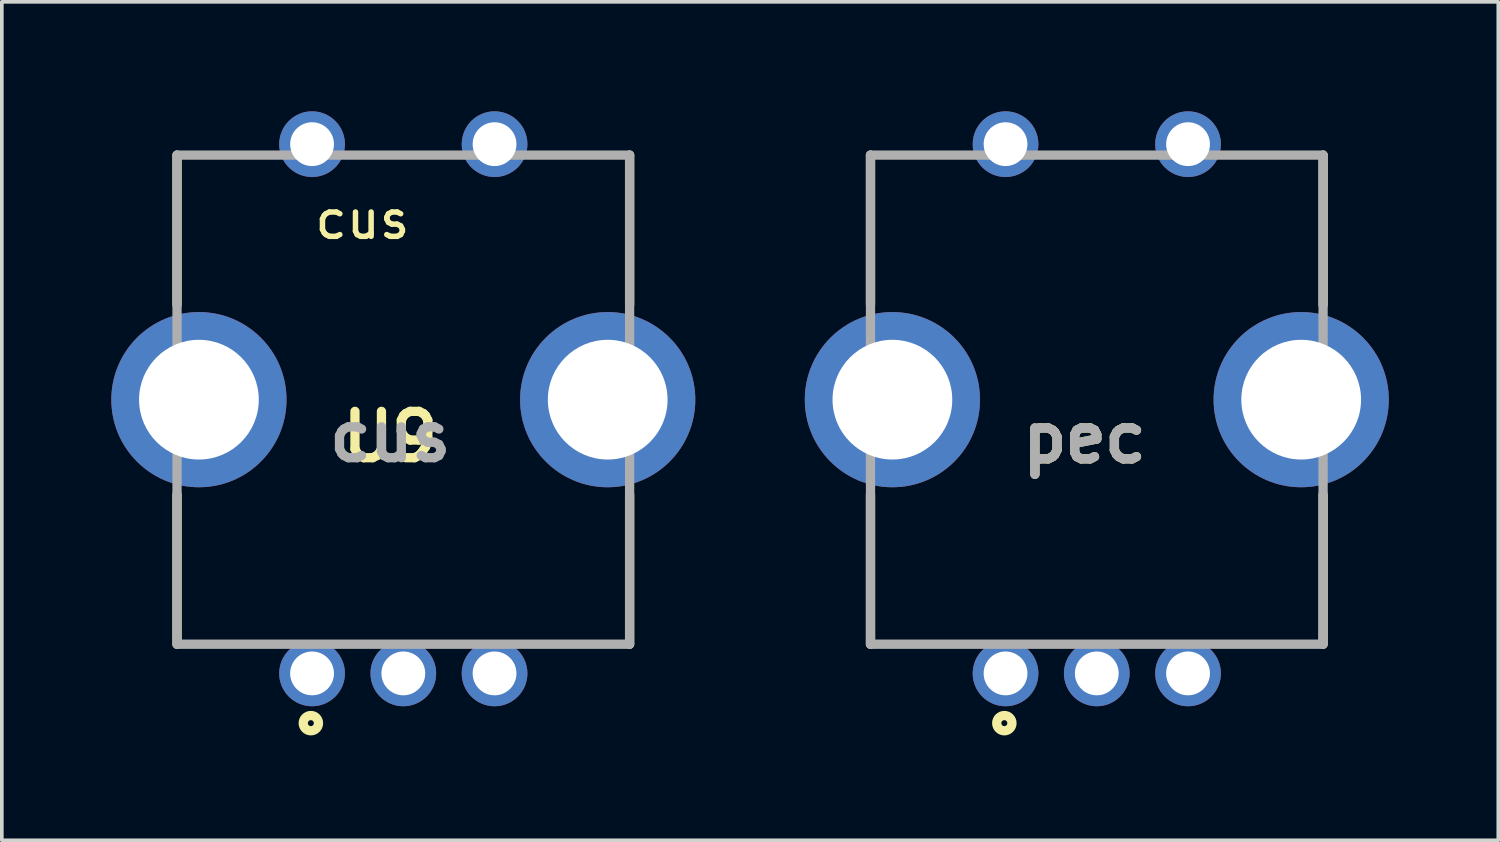
<source format=kicad_pcb>
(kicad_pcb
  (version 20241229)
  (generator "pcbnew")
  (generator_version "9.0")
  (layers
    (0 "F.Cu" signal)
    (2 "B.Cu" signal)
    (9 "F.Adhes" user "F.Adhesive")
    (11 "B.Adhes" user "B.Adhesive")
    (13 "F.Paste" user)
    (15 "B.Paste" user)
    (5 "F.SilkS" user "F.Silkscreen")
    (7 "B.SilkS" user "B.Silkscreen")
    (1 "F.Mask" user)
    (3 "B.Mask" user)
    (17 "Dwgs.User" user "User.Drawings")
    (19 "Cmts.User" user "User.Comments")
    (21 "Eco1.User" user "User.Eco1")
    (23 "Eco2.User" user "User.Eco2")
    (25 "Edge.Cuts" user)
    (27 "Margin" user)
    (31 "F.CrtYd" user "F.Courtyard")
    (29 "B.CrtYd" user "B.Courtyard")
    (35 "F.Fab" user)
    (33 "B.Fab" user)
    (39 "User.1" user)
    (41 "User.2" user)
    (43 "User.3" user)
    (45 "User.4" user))
  (footprint "cus"
    (layer "F.Cu")
    (at 8.023 7.931)
    (property "Reference" "cus" (at -1.143 -4.961 0) (layer "F.SilkS") (effects (font (size 1 1) (thickness 0.15))))
    (attr through_hole)
    (fp_line (start -6.223 -6.731) (end -6.223 -2.631) (stroke (width 0.254) (type solid)) (layer "F.SilkS"))
    (fp_line (start -6.223 6.669) (end -6.223 2.569) (stroke (width 0.254) (type solid)) (layer "F.SilkS"))
    (fp_line (start 6.177 -6.731) (end 6.177 -2.631) (stroke (width 0.254) (type solid)) (layer "F.SilkS"))
    (fp_line (start 6.177 6.669) (end 6.177 2.569) (stroke (width 0.254) (type solid)) (layer "F.SilkS"))
    (fp_circle (center -2.556 8.832) (end -2.556 8.914) (stroke (width 0.254) (type solid)) (fill no) (layer "F.SilkS"))
    (fp_line (start -6.223 -6.731) (end 6.177 -6.731) (stroke (width 0.254) (type solid)) (layer "F.Fab"))
    (fp_line (start -6.223 6.669) (end -6.223 -6.731) (stroke (width 0.254) (type solid)) (layer "F.Fab"))
    (fp_line (start 6.177 -6.731) (end 6.177 6.669) (stroke (width 0.254) (type solid)) (layer "F.Fab"))
    (fp_line (start 6.177 6.669) (end -6.223 6.669) (stroke (width 0.254) (type solid)) (layer "F.Fab"))
    (fp_text user "U9" (at -0.38 0.985 0) (layer "F.SilkS") (effects (font (size 1.27 1.27) (thickness 0.254))))
    (fp_text user "${REFERENCE}" (at -0.38 0.985 0) (layer "F.Fab") (effects (font (size 1.27 1.27) (thickness 0.254))))
    (pad "1" thru_hole circle (at -2.523 7.469) (size 1.8 1.8) (drill 1.2) (layers "*.Cu" "*.Mask"))
    (pad "2" thru_hole circle (at 2.477 7.469) (size 1.8 1.8) (drill 1.2) (layers "*.Cu" "*.Mask"))
    (pad "3" thru_hole circle (at -0.023 7.469) (size 1.8 1.8) (drill 1.2) (layers "*.Cu" "*.Mask"))
    (pad "4" thru_hole circle (at -2.523 -7.031) (size 1.8 1.8) (drill 1.2) (layers "*.Cu" "*.Mask"))
    (pad "5" thru_hole circle (at 2.477 -7.031) (size 1.8 1.8) (drill 1.2) (layers "*.Cu" "*.Mask"))
    (pad "6" thru_hole circle (at 5.577 -0.031) (size 4.8 4.8) (drill 3.28) (layers "*.Cu" "*.Mask"))
    (pad "7" thru_hole circle (at -5.623 -0.031) (size 4.8 4.8) (drill 3.28) (layers "*.Cu" "*.Mask")))
  (footprint "pec"
    (layer "F.Cu")
    (at 27.023 7.931)
    (property "Reference" "pec" (at -0.357 1.016 0) (layer "F.SilkS") (effects (font (size 1.27 1.27) (thickness 0.254))))
    (attr through_hole)
    (fp_line (start -6.223 -6.731) (end -6.223 -2.631) (stroke (width 0.254) (type solid)) (layer "F.SilkS"))
    (fp_line (start -6.223 6.669) (end -6.223 2.569) (stroke (width 0.254) (type solid)) (layer "F.SilkS"))
    (fp_line (start 6.177 -6.731) (end 6.177 -2.631) (stroke (width 0.254) (type solid)) (layer "F.SilkS"))
    (fp_line (start 6.177 6.669) (end 6.177 2.569) (stroke (width 0.254) (type solid)) (layer "F.SilkS"))
    (fp_circle (center -2.556 8.832) (end -2.556 8.914) (stroke (width 0.254) (type solid)) (fill no) (layer "F.SilkS"))
    (fp_line (start -6.223 -6.731) (end 6.177 -6.731) (stroke (width 0.254) (type solid)) (layer "F.Fab"))
    (fp_line (start -6.223 6.669) (end -6.223 -6.731) (stroke (width 0.254) (type solid)) (layer "F.Fab"))
    (fp_line (start 6.177 -6.731) (end 6.177 6.669) (stroke (width 0.254) (type solid)) (layer "F.Fab"))
    (fp_line (start 6.177 6.669) (end -6.223 6.669) (stroke (width 0.254) (type solid)) (layer "F.Fab"))
    (fp_text user "${REFERENCE}" (at -0.357 1.016 0) (layer "F.Fab") (effects (font (size 1.27 1.27) (thickness 0.254))))
    (pad "1" thru_hole circle (at -2.523 7.469) (size 1.8 1.8) (drill 1.2) (layers "*.Cu" "*.Mask"))
    (pad "2" thru_hole circle (at 2.477 7.469) (size 1.8 1.8) (drill 1.2) (layers "*.Cu" "*.Mask"))
    (pad "3" thru_hole circle (at -0.023 7.469) (size 1.8 1.8) (drill 1.2) (layers "*.Cu" "*.Mask"))
    (pad "4" thru_hole circle (at -2.523 -7.031) (size 1.8 1.8) (drill 1.2) (layers "*.Cu" "*.Mask"))
    (pad "5" thru_hole circle (at 2.477 -7.031) (size 1.8 1.8) (drill 1.2) (layers "*.Cu" "*.Mask"))
    (pad "6" thru_hole circle (at 5.577 -0.031) (size 4.8 4.8) (drill 3.28) (layers "*.Cu" "*.Mask"))
    (pad "7" thru_hole circle (at -5.623 -0.031) (size 4.8 4.8) (drill 3.28) (layers "*.Cu" "*.Mask")))
  (gr_rect
    (start -3 -3)
    (end 38 19.972)
    (stroke (width 0.1) (type default))
    (fill no)
    (layer "Edge.Cuts")))
</source>
